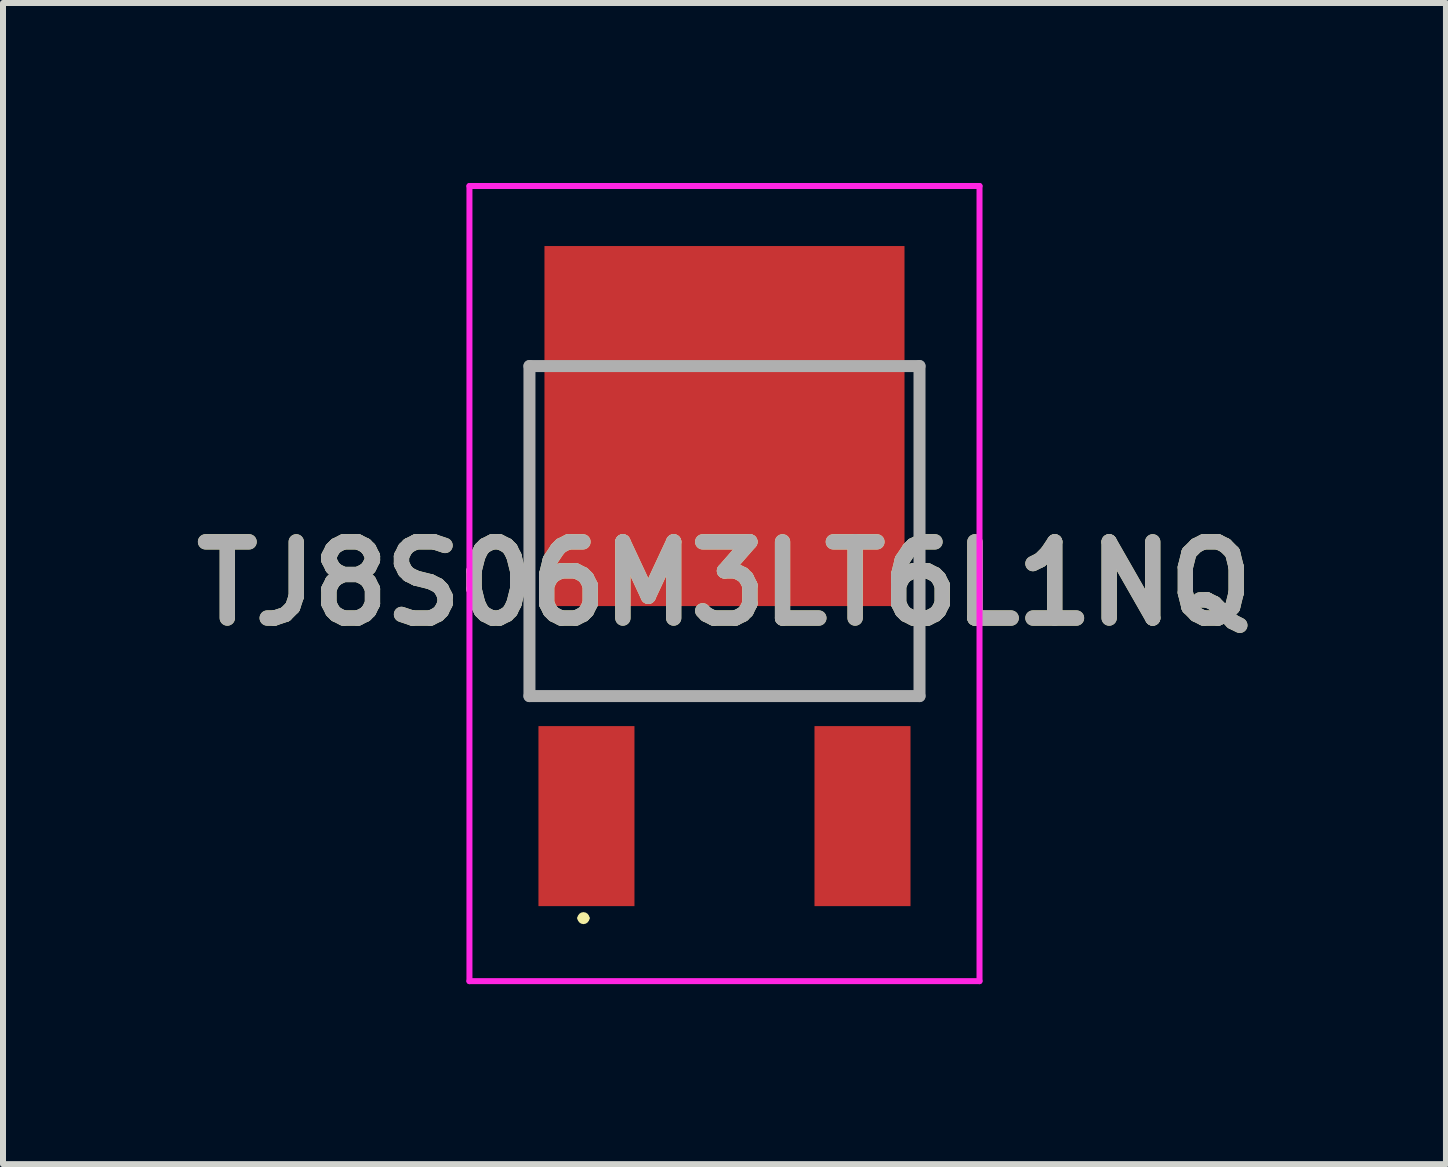
<source format=kicad_pcb>
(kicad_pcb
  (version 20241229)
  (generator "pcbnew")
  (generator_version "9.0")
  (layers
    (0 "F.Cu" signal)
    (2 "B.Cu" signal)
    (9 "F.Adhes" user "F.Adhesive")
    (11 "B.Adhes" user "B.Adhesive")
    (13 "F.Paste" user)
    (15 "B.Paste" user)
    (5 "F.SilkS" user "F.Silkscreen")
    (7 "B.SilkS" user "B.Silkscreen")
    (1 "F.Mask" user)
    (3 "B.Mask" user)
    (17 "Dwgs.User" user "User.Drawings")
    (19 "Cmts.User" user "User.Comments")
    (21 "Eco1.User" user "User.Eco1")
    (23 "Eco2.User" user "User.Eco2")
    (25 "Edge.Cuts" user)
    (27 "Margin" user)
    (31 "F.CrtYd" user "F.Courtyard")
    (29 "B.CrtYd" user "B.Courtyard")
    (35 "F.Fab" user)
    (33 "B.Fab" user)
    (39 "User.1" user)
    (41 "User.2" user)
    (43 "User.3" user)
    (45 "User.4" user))
  (footprint "TJ8S06M3LT6L1NQ"
    (layer "F.Cu")
    (at 9.023 3.05)
    (property "Reference" "TJ8S06M3LT6L1NQ" (at 0 3.625 0) (layer "F.SilkS") (effects (font (size 1.27 1.27) (thickness 0.254))))
    (attr smd)
    (fp_line (start -3.25 0) (end -3.25 5.5) (stroke (width 0.1) (type solid)) (layer "F.SilkS"))
    (fp_line (start -3.25 5.5) (end -3.25 5.5) (stroke (width 0.1) (type solid)) (layer "F.SilkS"))
    (fp_line (start -3.25 5.5) (end 3.25 5.5) (stroke (width 0.1) (type solid)) (layer "F.SilkS"))
    (fp_line (start -2.4 9.2) (end -2.4 9.2) (stroke (width 0.1) (type solid)) (layer "F.SilkS"))
    (fp_line (start -2.3 9.2) (end -2.3 9.2) (stroke (width 0.1) (type solid)) (layer "F.SilkS"))
    (fp_line (start 3.25 5.5) (end 3.25 0) (stroke (width 0.1) (type solid)) (layer "F.SilkS"))
    (fp_arc (start -2.4 9.2) (mid -2.35 9.15) (end -2.3 9.2) (stroke (width 0.1) (type solid)) (layer "F.SilkS"))
    (fp_arc (start -2.3 9.2) (mid -2.35 9.25) (end -2.4 9.2) (stroke (width 0.1) (type solid)) (layer "F.SilkS"))
    (fp_line (start -4.25 -3) (end 4.25 -3) (stroke (width 0.1) (type solid)) (layer "F.CrtYd"))
    (fp_line (start -4.25 10.25) (end -4.25 -3) (stroke (width 0.1) (type solid)) (layer "F.CrtYd"))
    (fp_line (start 4.25 -3) (end 4.25 10.25) (stroke (width 0.1) (type solid)) (layer "F.CrtYd"))
    (fp_line (start 4.25 10.25) (end -4.25 10.25) (stroke (width 0.1) (type solid)) (layer "F.CrtYd"))
    (fp_line (start -3.25 0) (end 3.25 0) (stroke (width 0.2) (type solid)) (layer "F.Fab"))
    (fp_line (start -3.25 5.5) (end -3.25 0) (stroke (width 0.2) (type solid)) (layer "F.Fab"))
    (fp_line (start 3.25 0) (end 3.25 5.5) (stroke (width 0.2) (type solid)) (layer "F.Fab"))
    (fp_line (start 3.25 5.5) (end -3.25 5.5) (stroke (width 0.2) (type solid)) (layer "F.Fab"))
    (fp_text user "${REFERENCE}" (at 0 3.625 0) (layer "F.Fab") (effects (font (size 1.27 1.27) (thickness 0.254))))
    (pad "1" smd rect (at -2.3 7.5) (size 1.6 3) (layers "F.Cu" "F.Mask" "F.Paste"))
    (pad "2" smd rect (at 0 1) (size 6 6) (layers "F.Cu" "F.Mask" "F.Paste"))
    (pad "3" smd rect (at 2.3 7.5) (size 1.6 3) (layers "F.Cu" "F.Mask" "F.Paste")))
  (gr_rect
    (start -3 -3)
    (end 21.046 16.35)
    (stroke (width 0.1) (type default))
    (fill no)
    (layer "Edge.Cuts")))
</source>
